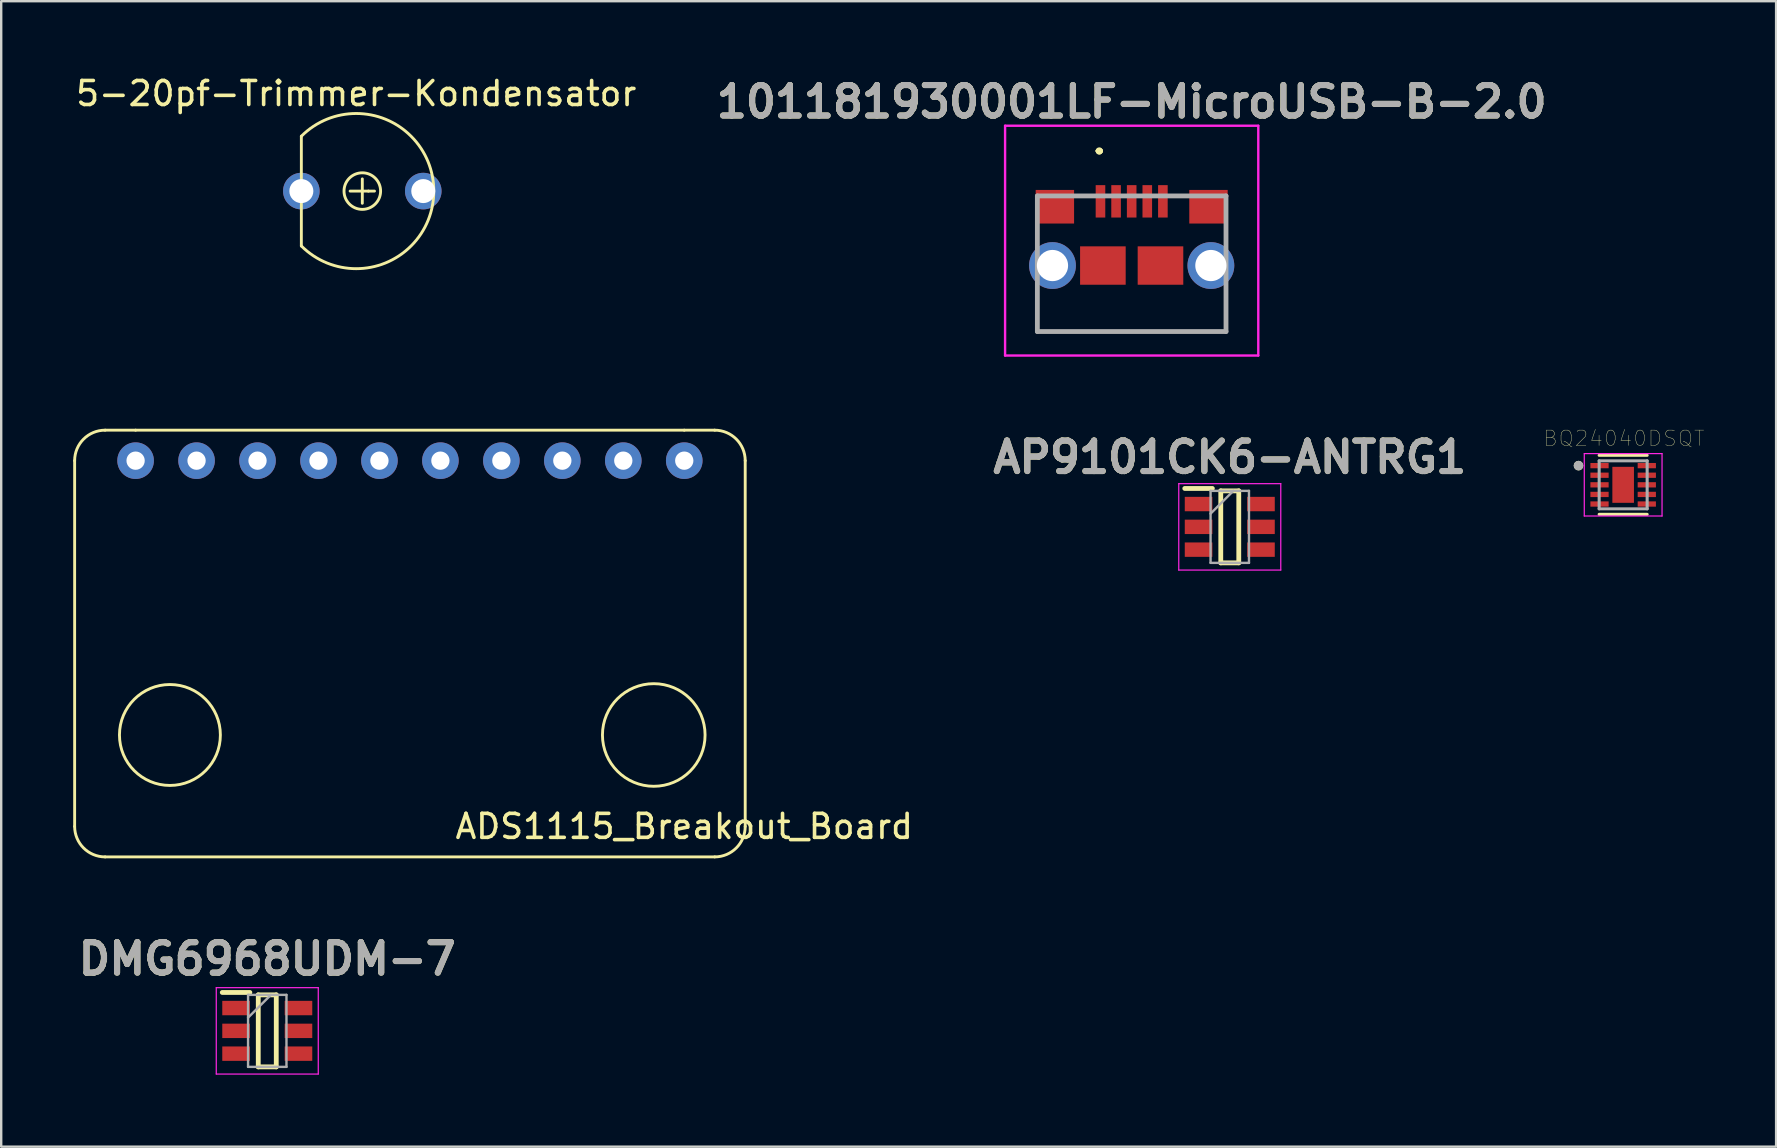
<source format=kicad_pcb>
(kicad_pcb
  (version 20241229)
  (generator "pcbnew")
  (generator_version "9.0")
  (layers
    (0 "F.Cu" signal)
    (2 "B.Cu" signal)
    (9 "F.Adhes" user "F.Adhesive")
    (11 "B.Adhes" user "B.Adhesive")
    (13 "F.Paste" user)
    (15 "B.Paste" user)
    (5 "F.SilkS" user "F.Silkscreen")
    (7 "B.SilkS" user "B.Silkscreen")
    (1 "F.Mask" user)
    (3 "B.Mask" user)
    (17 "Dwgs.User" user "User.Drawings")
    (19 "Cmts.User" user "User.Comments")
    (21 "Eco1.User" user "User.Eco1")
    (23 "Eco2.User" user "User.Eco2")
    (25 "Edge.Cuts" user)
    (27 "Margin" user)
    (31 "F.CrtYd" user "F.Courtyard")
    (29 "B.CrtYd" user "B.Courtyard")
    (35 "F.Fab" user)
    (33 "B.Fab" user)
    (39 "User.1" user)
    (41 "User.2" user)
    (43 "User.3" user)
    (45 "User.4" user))
  (footprint "5-20pf-Trimmer-Kondensator"
    (layer "F.Cu")
    (at 9.506 4.912)
    (property "Reference" "5-20pf-Trimmer-Kondensator" (at 2.286 -4.064 0) (layer "F.SilkS") (effects (font (size 1 1) (thickness 0.15))))
    (attr through_hole)
    (fp_line (start 0 -2.286) (end 0 2.286) (stroke (width 0.12) (type solid)) (layer "F.SilkS"))
    (fp_line (start 2.032 0) (end 2.794 0) (stroke (width 0.12) (type solid)) (layer "F.SilkS"))
    (fp_line (start 2.54 -0.508) (end 2.54 0.508) (stroke (width 0.12) (type solid)) (layer "F.SilkS"))
    (fp_line (start 2.794 0) (end 3.048 0) (stroke (width 0.12) (type solid)) (layer "F.SilkS"))
    (fp_arc (start 0 -2.286) (mid 5.51889 -0.000001) (end 0 2.285998) (stroke (width 0.12) (type solid)) (layer "F.SilkS"))
    (fp_circle (center 2.54 0) (end 3.302 0) (stroke (width 0.12) (type solid)) (fill no) (layer "F.SilkS"))
    (pad "1" thru_hole circle (at 0 0) (size 1.524 1.524) (drill 1) (layers "*.Cu" "*.Mask"))
    (pad "2" thru_hole circle (at 5.08 0) (size 1.524 1.524) (drill 1) (layers "*.Cu" "*.Mask")))
  (footprint "ADS1115_Breakout_Board"
    (layer "F.Cu")
    (at 14.03 27.574)
    (property "Reference" "ADS1115_Breakout_Board" (at 11.43 3.81 0) (layer "F.SilkS") (effects (font (size 1 1) (thickness 0.15))))
    (attr through_hole)
    (fp_line (start -13.97 3.81) (end -13.97 -11.43) (stroke (width 0.12) (type solid)) (layer "F.SilkS"))
    (fp_line (start -11.43 -12.7) (end -12.7 -12.7) (stroke (width 0.12) (type solid)) (layer "F.SilkS"))
    (fp_line (start -11.43 -12.7) (end 11.43 -12.7) (stroke (width 0.12) (type solid)) (layer "F.SilkS"))
    (fp_line (start 11.43 -12.7) (end 12.7 -12.7) (stroke (width 0.12) (type solid)) (layer "F.SilkS"))
    (fp_line (start 12.7 5.08) (end -12.7 5.08) (stroke (width 0.12) (type solid)) (layer "F.SilkS"))
    (fp_line (start 13.97 -11.43) (end 13.97 3.81) (stroke (width 0.12) (type solid)) (layer "F.SilkS"))
    (fp_arc (start -13.97 -11.43) (mid -13.598026 -12.328026) (end -12.7 -12.7) (stroke (width 0.12) (type solid)) (layer "F.SilkS"))
    (fp_arc (start -12.7 5.08) (mid -13.598026 4.708026) (end -13.97 3.81) (stroke (width 0.12) (type solid)) (layer "F.SilkS"))
    (fp_arc (start 12.7 -12.7) (mid 13.598026 -12.328026) (end 13.97 -11.43) (stroke (width 0.12) (type solid)) (layer "F.SilkS"))
    (fp_arc (start 13.97 3.81) (mid 13.598026 4.708026) (end 12.7 5.08) (stroke (width 0.12) (type solid)) (layer "F.SilkS"))
    (fp_circle (center -10 0) (end -12.1 -0.1) (stroke (width 0.12) (type solid)) (fill no) (layer "F.SilkS"))
    (fp_circle (center 10.16 0) (end 12.26 0.4) (stroke (width 0.12) (type solid)) (fill no) (layer "F.SilkS"))
    (pad "1" thru_hole circle (at -11.43 -11.43) (size 1.524 1.524) (drill 0.762) (layers "*.Cu" "*.Mask"))
    (pad "2" thru_hole circle (at -8.89 -11.43) (size 1.524 1.524) (drill 0.762) (layers "*.Cu" "*.Mask"))
    (pad "3" thru_hole circle (at -6.35 -11.43) (size 1.524 1.524) (drill 0.762) (layers "*.Cu" "*.Mask"))
    (pad "4" thru_hole circle (at -3.81 -11.43) (size 1.524 1.524) (drill 0.762) (layers "*.Cu" "*.Mask"))
    (pad "5" thru_hole circle (at -1.27 -11.43) (size 1.524 1.524) (drill 0.762) (layers "*.Cu" "*.Mask"))
    (pad "6" thru_hole circle (at 1.27 -11.43) (size 1.524 1.524) (drill 0.762) (layers "*.Cu" "*.Mask"))
    (pad "7" thru_hole circle (at 3.81 -11.43) (size 1.524 1.524) (drill 0.762) (layers "*.Cu" "*.Mask"))
    (pad "8" thru_hole circle (at 6.35 -11.43) (size 1.524 1.524) (drill 0.762) (layers "*.Cu" "*.Mask"))
    (pad "9" thru_hole circle (at 8.89 -11.43) (size 1.524 1.524) (drill 0.762) (layers "*.Cu" "*.Mask"))
    (pad "10" thru_hole circle (at 11.43 -11.43) (size 1.524 1.524) (drill 0.762) (layers "*.Cu" "*.Mask")))
  (footprint "BQ24040DSQT"
    (layer "F.Cu")
    (at 64.581 17.151)
    (property "Reference" "BQ24040DSQT" (at 0.032 -1.936 0) (layer "F.SilkS") (effects (font (size 0.64 0.64) (thickness 0.015))))
    (attr through_hole)
    (fp_line (start -1 -1.23) (end 1 -1.23) (stroke (width 0.127) (type solid)) (layer "F.SilkS"))
    (fp_line (start -1 1.23) (end 1 1.23) (stroke (width 0.127) (type solid)) (layer "F.SilkS"))
    (fp_circle (center -1.86 -0.8) (end -1.76 -0.8) (stroke (width 0.2) (type solid)) (fill no) (layer "F.SilkS"))
    (fp_poly (pts (xy -0.285 -0.475) (xy 0.285 -0.475) (xy 0.285 0.475) (xy -0.285 0.475)) (stroke (width 0.01) (type solid)) (fill yes) (layer "F.Paste"))
    (fp_line (start -1.62 -1.3) (end 1.62 -1.3) (stroke (width 0.05) (type solid)) (layer "F.CrtYd"))
    (fp_line (start -1.62 1.3) (end -1.62 -1.3) (stroke (width 0.05) (type solid)) (layer "F.CrtYd"))
    (fp_line (start 1.62 -1.3) (end 1.62 1.3) (stroke (width 0.05) (type solid)) (layer "F.CrtYd"))
    (fp_line (start 1.62 1.3) (end -1.62 1.3) (stroke (width 0.05) (type solid)) (layer "F.CrtYd"))
    (fp_line (start -1 -1) (end 1 -1) (stroke (width 0.127) (type solid)) (layer "F.Fab"))
    (fp_line (start -1 1) (end -1 -1) (stroke (width 0.127) (type solid)) (layer "F.Fab"))
    (fp_line (start 1 -1) (end 1 1) (stroke (width 0.127) (type solid)) (layer "F.Fab"))
    (fp_line (start 1 1) (end -1 1) (stroke (width 0.127) (type solid)) (layer "F.Fab"))
    (fp_circle (center -1.86 -0.8) (end -1.76 -0.8) (stroke (width 0.2) (type solid)) (fill no) (layer "F.Fab"))
    (pad "1" smd rect (at -0.985 -0.8) (size 0.76 0.22) (layers "F.Cu" "F.Mask" "F.Paste"))
    (pad "2" smd rect (at -0.985 -0.4) (size 0.76 0.22) (layers "F.Cu" "F.Mask" "F.Paste"))
    (pad "3" smd rect (at -0.985 0) (size 0.76 0.22) (layers "F.Cu" "F.Mask" "F.Paste"))
    (pad "4" smd rect (at -0.985 0.4) (size 0.76 0.22) (layers "F.Cu" "F.Mask" "F.Paste"))
    (pad "5" smd rect (at -0.985 0.8) (size 0.76 0.22) (layers "F.Cu" "F.Mask" "F.Paste"))
    (pad "6" smd rect (at 0.985 0.8) (size 0.76 0.22) (layers "F.Cu" "F.Mask" "F.Paste"))
    (pad "7" smd rect (at 0.985 0.4) (size 0.76 0.22) (layers "F.Cu" "F.Mask" "F.Paste"))
    (pad "8" smd rect (at 0.985 0) (size 0.76 0.22) (layers "F.Cu" "F.Mask" "F.Paste"))
    (pad "9" smd rect (at 0.985 -0.4) (size 0.76 0.22) (layers "F.Cu" "F.Mask" "F.Paste"))
    (pad "10" smd rect (at 0.985 -0.8) (size 0.76 0.22) (layers "F.Cu" "F.Mask" "F.Paste"))
    (pad "11" smd rect (at 0 0) (size 0.9 1.5) (layers "F.Cu" "F.Mask")))
  (footprint "DMG6968UDM-7"
    (layer "F.Cu")
    (at 8.086 39.902)
    (property "Reference" "DMG6968UDM-7" (at 0 -3 0) (layer "F.SilkS") (effects (font (size 1.27 1.27) (thickness 0.254))))
    (attr smd)
    (fp_line (start -1.875 -1.6) (end -0.725 -1.6) (stroke (width 0.2) (type solid)) (layer "F.SilkS"))
    (fp_line (start -0.375 -1.5) (end 0.375 -1.5) (stroke (width 0.2) (type solid)) (layer "F.SilkS"))
    (fp_line (start -0.375 1.5) (end -0.375 -1.5) (stroke (width 0.2) (type solid)) (layer "F.SilkS"))
    (fp_line (start 0.375 -1.5) (end 0.375 1.5) (stroke (width 0.2) (type solid)) (layer "F.SilkS"))
    (fp_line (start 0.375 1.5) (end -0.375 1.5) (stroke (width 0.2) (type solid)) (layer "F.SilkS"))
    (fp_line (start -2.125 -1.8) (end 2.125 -1.8) (stroke (width 0.05) (type solid)) (layer "F.CrtYd"))
    (fp_line (start -2.125 1.8) (end -2.125 -1.8) (stroke (width 0.05) (type solid)) (layer "F.CrtYd"))
    (fp_line (start 2.125 -1.8) (end 2.125 1.8) (stroke (width 0.05) (type solid)) (layer "F.CrtYd"))
    (fp_line (start 2.125 1.8) (end -2.125 1.8) (stroke (width 0.05) (type solid)) (layer "F.CrtYd"))
    (fp_line (start -0.8 -1.5) (end 0.8 -1.5) (stroke (width 0.1) (type solid)) (layer "F.Fab"))
    (fp_line (start -0.8 -0.55) (end 0.15 -1.5) (stroke (width 0.1) (type solid)) (layer "F.Fab"))
    (fp_line (start -0.8 1.5) (end -0.8 -1.5) (stroke (width 0.1) (type solid)) (layer "F.Fab"))
    (fp_line (start 0.8 -1.5) (end 0.8 1.5) (stroke (width 0.1) (type solid)) (layer "F.Fab"))
    (fp_line (start 0.8 1.5) (end -0.8 1.5) (stroke (width 0.1) (type solid)) (layer "F.Fab"))
    (fp_text user "${REFERENCE}" (at 0 -3 0) (layer "F.Fab") (effects (font (size 1.27 1.27) (thickness 0.254))))
    (pad "1" smd rect (at -1.3 -0.95 90) (size 0.6 1.15) (layers "F.Cu" "F.Mask" "F.Paste"))
    (pad "2" smd rect (at -1.3 0 90) (size 0.6 1.15) (layers "F.Cu" "F.Mask" "F.Paste"))
    (pad "3" smd rect (at -1.3 0.95 90) (size 0.6 1.15) (layers "F.Cu" "F.Mask" "F.Paste"))
    (pad "4" smd rect (at 1.3 0.95 90) (size 0.6 1.15) (layers "F.Cu" "F.Mask" "F.Paste"))
    (pad "5" smd rect (at 1.3 0 90) (size 0.6 1.15) (layers "F.Cu" "F.Mask" "F.Paste"))
    (pad "6" smd rect (at 1.3 -0.95 90) (size 0.6 1.15) (layers "F.Cu" "F.Mask" "F.Paste")))
  (footprint "AP9101CK6-ANTRG1"
    (layer "F.Cu")
    (at 48.19 18.902)
    (property "Reference" "AP9101CK6-ANTRG1" (at 0 -2.9 0) (layer "F.SilkS") (effects (font (size 1.27 1.27) (thickness 0.254))))
    (attr smd)
    (fp_line (start -1.875 -1.6) (end -0.725 -1.6) (stroke (width 0.2) (type solid)) (layer "F.SilkS"))
    (fp_line (start -0.375 -1.5) (end 0.375 -1.5) (stroke (width 0.2) (type solid)) (layer "F.SilkS"))
    (fp_line (start -0.375 1.5) (end -0.375 -1.5) (stroke (width 0.2) (type solid)) (layer "F.SilkS"))
    (fp_line (start 0.375 -1.5) (end 0.375 1.5) (stroke (width 0.2) (type solid)) (layer "F.SilkS"))
    (fp_line (start 0.375 1.5) (end -0.375 1.5) (stroke (width 0.2) (type solid)) (layer "F.SilkS"))
    (fp_line (start -2.125 -1.8) (end 2.125 -1.8) (stroke (width 0.05) (type solid)) (layer "F.CrtYd"))
    (fp_line (start -2.125 1.8) (end -2.125 -1.8) (stroke (width 0.05) (type solid)) (layer "F.CrtYd"))
    (fp_line (start 2.125 -1.8) (end 2.125 1.8) (stroke (width 0.05) (type solid)) (layer "F.CrtYd"))
    (fp_line (start 2.125 1.8) (end -2.125 1.8) (stroke (width 0.05) (type solid)) (layer "F.CrtYd"))
    (fp_line (start -0.8 -1.5) (end 0.8 -1.5) (stroke (width 0.1) (type solid)) (layer "F.Fab"))
    (fp_line (start -0.8 -0.55) (end 0.15 -1.5) (stroke (width 0.1) (type solid)) (layer "F.Fab"))
    (fp_line (start -0.8 1.5) (end -0.8 -1.5) (stroke (width 0.1) (type solid)) (layer "F.Fab"))
    (fp_line (start 0.8 -1.5) (end 0.8 1.5) (stroke (width 0.1) (type solid)) (layer "F.Fab"))
    (fp_line (start 0.8 1.5) (end -0.8 1.5) (stroke (width 0.1) (type solid)) (layer "F.Fab"))
    (fp_text user "${REFERENCE}" (at 0 -2.9 0) (layer "F.Fab") (effects (font (size 1.27 1.27) (thickness 0.254))))
    (pad "1" smd rect (at -1.3 -0.95 90) (size 0.6 1.15) (layers "F.Cu" "F.Mask" "F.Paste"))
    (pad "2" smd rect (at -1.3 0 90) (size 0.6 1.15) (layers "F.Cu" "F.Mask" "F.Paste"))
    (pad "3" smd rect (at -1.3 0.95 90) (size 0.6 1.15) (layers "F.Cu" "F.Mask" "F.Paste"))
    (pad "4" smd rect (at 1.3 0.95 90) (size 0.6 1.15) (layers "F.Cu" "F.Mask" "F.Paste"))
    (pad "5" smd rect (at 1.3 0 90) (size 0.6 1.15) (layers "F.Cu" "F.Mask" "F.Paste"))
    (pad "6" smd rect (at 1.3 -0.95 90) (size 0.6 1.15) (layers "F.Cu" "F.Mask" "F.Paste")))
  (footprint "101181930001LF-MicroUSB-B-2.0"
    (layer "F.Cu")
    (at 44.103 7.939)
    (property "Reference" "101181930001LF-MicroUSB-B-2.0" (at 0 -6.75 0) (layer "F.SilkS") (effects (font (size 1.27 1.27) (thickness 0.254))))
    (attr through_hole)
    (fp_line (start -3.93 2) (end -3.93 2) (stroke (width 0.1) (type solid)) (layer "F.SilkS"))
    (fp_line (start -3.93 2) (end -3.93 2.825) (stroke (width 0.1) (type solid)) (layer "F.SilkS"))
    (fp_line (start -3.93 2.825) (end -3.93 2) (stroke (width 0.1) (type solid)) (layer "F.SilkS"))
    (fp_line (start -3.93 2.825) (end -3.93 2.825) (stroke (width 0.1) (type solid)) (layer "F.SilkS"))
    (fp_line (start -3.93 2.825) (end -3.93 2.825) (stroke (width 0.1) (type solid)) (layer "F.SilkS"))
    (fp_line (start -3.93 2.825) (end 3.93 2.825) (stroke (width 0.1) (type solid)) (layer "F.SilkS"))
    (fp_line (start -1.4 -4.7) (end -1.4 -4.7) (stroke (width 0.2) (type solid)) (layer "F.SilkS"))
    (fp_line (start -1.4 -4.7) (end -1.4 -4.7) (stroke (width 0.2) (type solid)) (layer "F.SilkS"))
    (fp_line (start -1.3 -4.7) (end -1.3 -4.7) (stroke (width 0.2) (type solid)) (layer "F.SilkS"))
    (fp_line (start 3.93 2) (end 3.93 2) (stroke (width 0.1) (type solid)) (layer "F.SilkS"))
    (fp_line (start 3.93 2) (end 3.93 2.825) (stroke (width 0.1) (type solid)) (layer "F.SilkS"))
    (fp_line (start 3.93 2.825) (end -3.93 2.825) (stroke (width 0.1) (type solid)) (layer "F.SilkS"))
    (fp_line (start 3.93 2.825) (end 3.93 2) (stroke (width 0.1) (type solid)) (layer "F.SilkS"))
    (fp_line (start 3.93 2.825) (end 3.93 2.825) (stroke (width 0.1) (type solid)) (layer "F.SilkS"))
    (fp_line (start 3.93 2.825) (end 3.93 2.825) (stroke (width 0.1) (type solid)) (layer "F.SilkS"))
    (fp_arc (start -1.4 -4.7) (mid -1.35 -4.75) (end -1.3 -4.7) (stroke (width 0.2) (type solid)) (layer "F.SilkS"))
    (fp_arc (start -1.3 -4.7) (mid -1.35 -4.65) (end -1.4 -4.7) (stroke (width 0.2) (type solid)) (layer "F.SilkS"))
    (fp_arc (start -1.3 -4.7) (mid -1.35 -4.65) (end -1.4 -4.7) (stroke (width 0.2) (type solid)) (layer "F.SilkS"))
    (fp_line (start -5.275 -5.75) (end 5.275 -5.75) (stroke (width 0.1) (type solid)) (layer "F.CrtYd"))
    (fp_line (start -5.275 3.825) (end -5.275 -5.75) (stroke (width 0.1) (type solid)) (layer "F.CrtYd"))
    (fp_line (start 5.275 -5.75) (end 5.275 3.825) (stroke (width 0.1) (type solid)) (layer "F.CrtYd"))
    (fp_line (start 5.275 3.825) (end -5.275 3.825) (stroke (width 0.1) (type solid)) (layer "F.CrtYd"))
    (fp_line (start -3.93 -2.825) (end -3.93 2.825) (stroke (width 0.2) (type solid)) (layer "F.Fab"))
    (fp_line (start -3.93 2.825) (end 3.93 2.825) (stroke (width 0.2) (type solid)) (layer "F.Fab"))
    (fp_line (start 3.93 -2.825) (end -3.93 -2.825) (stroke (width 0.2) (type solid)) (layer "F.Fab"))
    (fp_line (start 3.93 2.825) (end 3.93 -2.825) (stroke (width 0.2) (type solid)) (layer "F.Fab"))
    (fp_text user "${REFERENCE}" (at 0 -6.75 0) (layer "F.Fab") (effects (font (size 1.27 1.27) (thickness 0.254))))
    (pad "1" smd rect (at -1.3 -2.6) (size 0.4 1.35) (layers "F.Cu" "F.Mask" "F.Paste"))
    (pad "2" smd rect (at -0.65 -2.6) (size 0.4 1.35) (layers "F.Cu" "F.Mask" "F.Paste"))
    (pad "3" smd rect (at 0 -2.6) (size 0.4 1.35) (layers "F.Cu" "F.Mask" "F.Paste"))
    (pad "4" smd rect (at 0.65 -2.6) (size 0.4 1.35) (layers "F.Cu" "F.Mask" "F.Paste"))
    (pad "5" smd rect (at 1.3 -2.6) (size 0.4 1.35) (layers "F.Cu" "F.Mask" "F.Paste"))
    (pad "MH1" thru_hole circle (at -3.3 0.075) (size 1.95 1.95) (drill 1.3) (layers "*.Cu" "*.Mask"))
    (pad "MH2" thru_hole circle (at 3.3 0.075) (size 1.95 1.95) (drill 1.3) (layers "*.Cu" "*.Mask"))
    (pad "MP1" smd rect (at -3.2 -2.375 90) (size 1.4 1.6) (layers "F.Cu" "F.Mask" "F.Paste"))
    (pad "MP2" smd rect (at -1.2 0.075 90) (size 1.6 1.9) (layers "F.Cu" "F.Mask" "F.Paste"))
    (pad "MP3" smd rect (at 1.2 0.075 90) (size 1.6 1.9) (layers "F.Cu" "F.Mask" "F.Paste"))
    (pad "MP4" smd rect (at 3.2 -2.375 90) (size 1.4 1.6) (layers "F.Cu" "F.Mask" "F.Paste")))
  (gr_rect
    (start -3 -3)
    (end 70.954 44.727)
    (stroke (width 0.1) (type default))
    (fill no)
    (layer "Edge.Cuts")))
</source>
